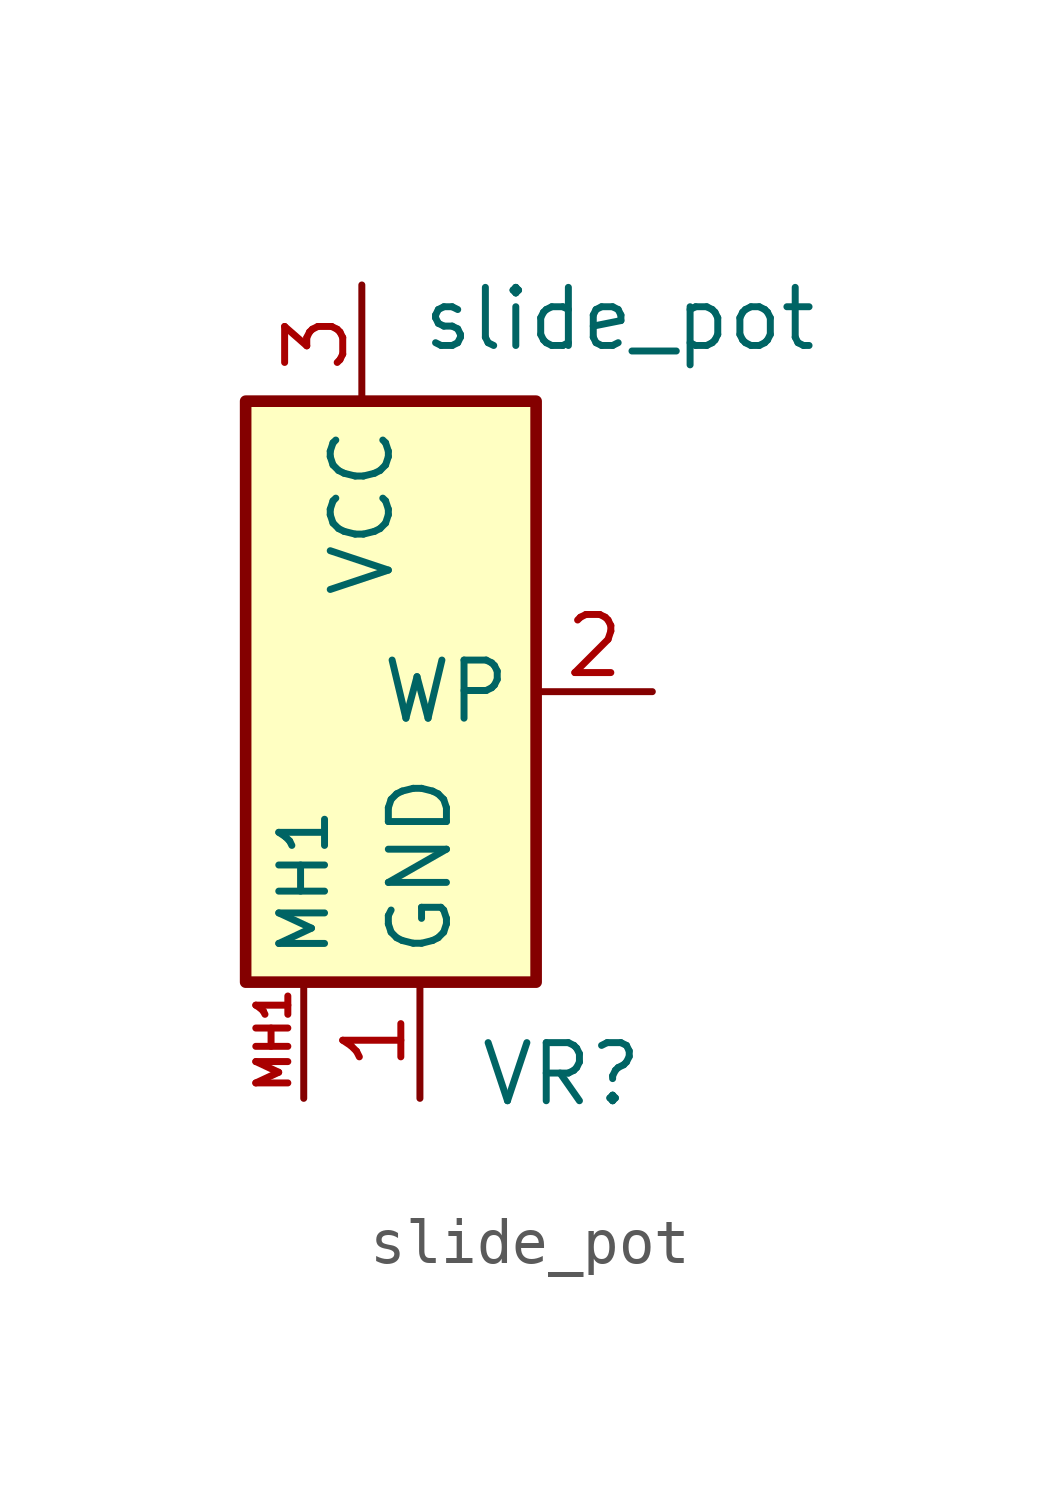
<source format=kicad_sym>
(kicad_symbol_lib
  (version 20220914)
  (generator kicad_symbol_editor)
  (symbol "slide_pot"
    (property "Reference" "VR"
      (at 10.16 -13.97 0)
      (effects (font (size 1.27 1.27)) (justify left top)))
    (property "Value" "slide_pot"
      (at 8.89 2.54 0)
      (effects (font (size 1.27 1.27)) (justify left top)))
    (symbol "slide_pot_1_1"
      (rectangle (start 5.08 0) (end 11.43 -12.7) (stroke (width 0.254) (type default)) (fill (type background)))
      (pin passive line (at 8.89 -15.24 90) (length 2.54) (name "GND" (effects (font (size 1.27 1.27)))) (number "1" (effects (font (size 1.27 1.27)))))
      (pin passive line (at 13.97 -6.35 180) (length 2.54) (name "WP" (effects (font (size 1.27 1.27)))) (number "2" (effects (font (size 1.27 1.27)))))
      (pin passive line (at 7.62 2.54 270) (length 2.54) (name "VCC" (effects (font (size 1.27 1.27)))) (number "3" (effects (font (size 1.27 1.27)))))
      (pin passive line (at 6.35 -15.24 90) (length 2.54) (name "MH1" (effects (font (size 1 1)))) (number "MH1" (effects (font (size 0.7 0.7)))))
      (pin passive line (at 6.35 -15.24 90) (length 2.54) hide (name "MH2" (effects (font (size 1.27 1.27)))) (number "MH2" (effects (font (size 1.27 1.27)))))
      (pin passive line (at 6.35 -15.24 90) (length 2.54) hide (name "MH3" (effects (font (size 1.27 1.27)))) (number "MH3" (effects (font (size 1.27 1.27)))))
      (pin passive line (at 6.35 -15.24 90) (length 2.54) hide (name "MH4" (effects (font (size 1.27 1.27)))) (number "MH4" (effects (font (size 1.27 1.27))))))))
</source>
